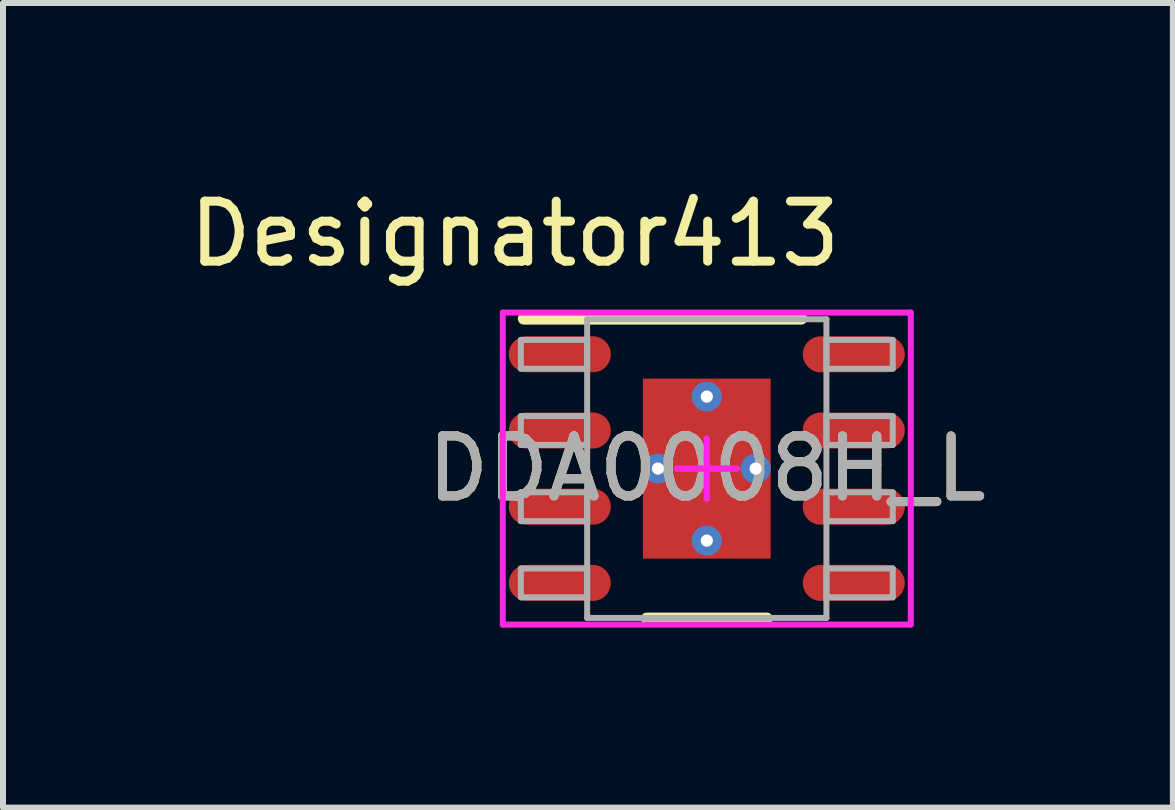
<source format=kicad_pcb>
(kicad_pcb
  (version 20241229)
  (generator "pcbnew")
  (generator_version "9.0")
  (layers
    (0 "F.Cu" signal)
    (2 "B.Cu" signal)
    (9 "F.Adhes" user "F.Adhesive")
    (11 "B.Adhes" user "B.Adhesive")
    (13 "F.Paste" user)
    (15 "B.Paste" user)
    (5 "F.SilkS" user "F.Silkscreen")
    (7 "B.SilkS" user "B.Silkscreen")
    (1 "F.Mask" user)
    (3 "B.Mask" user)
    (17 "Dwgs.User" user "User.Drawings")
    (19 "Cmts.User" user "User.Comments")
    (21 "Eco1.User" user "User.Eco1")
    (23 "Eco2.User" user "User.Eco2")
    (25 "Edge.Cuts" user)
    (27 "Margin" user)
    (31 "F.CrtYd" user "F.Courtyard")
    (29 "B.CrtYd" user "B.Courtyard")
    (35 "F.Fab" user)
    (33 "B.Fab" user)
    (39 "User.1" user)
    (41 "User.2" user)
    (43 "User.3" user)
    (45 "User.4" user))
  (footprint "DDA0008H_L"
    (layer "F.Cu")
    (at 8.73 4.76)
    (property "Reference" "DDA0008H_L" (at 0 0 0) (unlocked yes) (layer "F.SilkS") (effects (font (size 1 1) (thickness 0.15))))
    (attr smd)
    (fp_line (start -3.05 -2.5) (end 1.575 -2.5) (stroke (width 0.2) (type solid)) (layer "F.SilkS"))
    (fp_line (start -1 2.5) (end 1 2.5) (stroke (width 0.2) (type solid)) (layer "F.SilkS"))
    (fp_line (start -3.4 -2.6) (end 3.4 -2.6) (stroke (width 0.1) (type solid)) (layer "F.CrtYd"))
    (fp_line (start -3.4 2.6) (end -3.4 -2.6) (stroke (width 0.1) (type solid)) (layer "F.CrtYd"))
    (fp_line (start -3.4 2.6) (end 3.4 2.6) (stroke (width 0.1) (type solid)) (layer "F.CrtYd"))
    (fp_line (start -0.5 0) (end 0.5 0) (stroke (width 0.1) (type solid)) (layer "F.CrtYd"))
    (fp_line (start -0.5 0) (end 0.5 0) (stroke (width 0.1) (type solid)) (layer "F.CrtYd"))
    (fp_line (start 0 0.5) (end 0 -0.5) (stroke (width 0.1) (type solid)) (layer "F.CrtYd"))
    (fp_line (start 0 0.5) (end 0 -0.5) (stroke (width 0.1) (type solid)) (layer "F.CrtYd"))
    (fp_line (start 3.4 2.6) (end 3.4 -2.6) (stroke (width 0.1) (type solid)) (layer "F.CrtYd"))
    (fp_line (start -3.099 -2.146) (end -1.994 -2.146) (stroke (width 0.1) (type solid)) (layer "F.Fab"))
    (fp_line (start -3.099 -1.664) (end -3.099 -2.146) (stroke (width 0.1) (type solid)) (layer "F.Fab"))
    (fp_line (start -3.099 -1.664) (end -1.994 -1.664) (stroke (width 0.1) (type solid)) (layer "F.Fab"))
    (fp_line (start -3.099 -0.876) (end -1.994 -0.876) (stroke (width 0.1) (type solid)) (layer "F.Fab"))
    (fp_line (start -3.099 -0.394) (end -3.099 -0.876) (stroke (width 0.1) (type solid)) (layer "F.Fab"))
    (fp_line (start -3.099 -0.394) (end -1.994 -0.394) (stroke (width 0.1) (type solid)) (layer "F.Fab"))
    (fp_line (start -3.099 0.394) (end -1.994 0.394) (stroke (width 0.1) (type solid)) (layer "F.Fab"))
    (fp_line (start -3.099 0.876) (end -3.099 0.394) (stroke (width 0.1) (type solid)) (layer "F.Fab"))
    (fp_line (start -3.099 0.876) (end -1.994 0.876) (stroke (width 0.1) (type solid)) (layer "F.Fab"))
    (fp_line (start -3.099 1.664) (end -1.994 1.664) (stroke (width 0.1) (type solid)) (layer "F.Fab"))
    (fp_line (start -3.099 2.146) (end -3.099 1.664) (stroke (width 0.1) (type solid)) (layer "F.Fab"))
    (fp_line (start -3.099 2.146) (end -1.994 2.146) (stroke (width 0.1) (type solid)) (layer "F.Fab"))
    (fp_line (start -1.994 -2.489) (end 1.994 -2.489) (stroke (width 0.1) (type solid)) (layer "F.Fab"))
    (fp_line (start -1.994 -1.664) (end -1.994 -2.146) (stroke (width 0.1) (type solid)) (layer "F.Fab"))
    (fp_line (start -1.994 -0.394) (end -1.994 -0.876) (stroke (width 0.1) (type solid)) (layer "F.Fab"))
    (fp_line (start -1.994 0.876) (end -1.994 0.394) (stroke (width 0.1) (type solid)) (layer "F.Fab"))
    (fp_line (start -1.994 2.146) (end -1.994 1.664) (stroke (width 0.1) (type solid)) (layer "F.Fab"))
    (fp_line (start -1.994 2.489) (end -1.994 -2.489) (stroke (width 0.1) (type solid)) (layer "F.Fab"))
    (fp_line (start -1.994 2.489) (end 1.994 2.489) (stroke (width 0.1) (type solid)) (layer "F.Fab"))
    (fp_line (start 1.994 -2.146) (end 3.099 -2.146) (stroke (width 0.1) (type solid)) (layer "F.Fab"))
    (fp_line (start 1.994 -1.664) (end 1.994 -2.146) (stroke (width 0.1) (type solid)) (layer "F.Fab"))
    (fp_line (start 1.994 -1.664) (end 3.099 -1.664) (stroke (width 0.1) (type solid)) (layer "F.Fab"))
    (fp_line (start 1.994 -0.876) (end 3.099 -0.876) (stroke (width 0.1) (type solid)) (layer "F.Fab"))
    (fp_line (start 1.994 -0.394) (end 1.994 -0.876) (stroke (width 0.1) (type solid)) (layer "F.Fab"))
    (fp_line (start 1.994 -0.394) (end 3.099 -0.394) (stroke (width 0.1) (type solid)) (layer "F.Fab"))
    (fp_line (start 1.994 0.394) (end 3.099 0.394) (stroke (width 0.1) (type solid)) (layer "F.Fab"))
    (fp_line (start 1.994 0.876) (end 1.994 0.394) (stroke (width 0.1) (type solid)) (layer "F.Fab"))
    (fp_line (start 1.994 0.876) (end 3.099 0.876) (stroke (width 0.1) (type solid)) (layer "F.Fab"))
    (fp_line (start 1.994 1.664) (end 3.099 1.664) (stroke (width 0.1) (type solid)) (layer "F.Fab"))
    (fp_line (start 1.994 2.146) (end 1.994 1.664) (stroke (width 0.1) (type solid)) (layer "F.Fab"))
    (fp_line (start 1.994 2.146) (end 3.099 2.146) (stroke (width 0.1) (type solid)) (layer "F.Fab"))
    (fp_line (start 1.994 2.489) (end 1.994 -2.489) (stroke (width 0.1) (type solid)) (layer "F.Fab"))
    (fp_line (start 3.099 -1.664) (end 3.099 -2.146) (stroke (width 0.1) (type solid)) (layer "F.Fab"))
    (fp_line (start 3.099 -0.394) (end 3.099 -0.876) (stroke (width 0.1) (type solid)) (layer "F.Fab"))
    (fp_line (start 3.099 0.876) (end 3.099 0.394) (stroke (width 0.1) (type solid)) (layer "F.Fab"))
    (fp_line (start 3.099 2.146) (end 3.099 1.664) (stroke (width 0.1) (type solid)) (layer "F.Fab"))
    (fp_text user "Designator413" (at -3.2 -3.912 0) (unlocked yes) (layer "F.SilkS") (effects (font (size 1 1) (thickness 0.15))))
    (fp_text user "${REFERENCE}" (at 0 0 0) (unlocked yes) (layer "F.Fab") (effects (font (size 1 1) (thickness 0.15))))
    (pad "1" smd oval (at -2.45 -1.905 90) (size 0.6 1.7) (layers "F.Cu" "F.Mask" "F.Paste"))
    (pad "2" smd oval (at -2.45 -0.635 90) (size 0.6 1.7) (layers "F.Cu" "F.Mask" "F.Paste"))
    (pad "3" smd oval (at -2.45 0.635 90) (size 0.6 1.7) (layers "F.Cu" "F.Mask" "F.Paste"))
    (pad "4" smd oval (at -2.45 1.905 90) (size 0.6 1.7) (layers "F.Cu" "F.Mask" "F.Paste"))
    (pad "5" smd oval (at 2.45 1.905 90) (size 0.6 1.7) (layers "F.Cu" "F.Mask" "F.Paste"))
    (pad "6" smd oval (at 2.45 0.635 90) (size 0.6 1.7) (layers "F.Cu" "F.Mask" "F.Paste"))
    (pad "7" smd oval (at 2.45 -0.635 90) (size 0.6 1.7) (layers "F.Cu" "F.Mask" "F.Paste"))
    (pad "8" smd oval (at 2.45 -1.905 90) (size 0.6 1.7) (layers "F.Cu" "F.Mask" "F.Paste"))
    (pad "9" smd rect (at 0 0) (size 2.13 3) (layers "F.Cu" "F.Mask" "F.Paste"))
    (pad "V" thru_hole circle (at -0.815 0) (size 0.5 0.5) (drill 0.203) (layers "*.Cu" "*.Mask"))
    (pad "V" thru_hole circle (at 0 -1.2) (size 0.5 0.5) (drill 0.203) (layers "*.Cu" "*.Mask"))
    (pad "V" thru_hole circle (at 0 1.2) (size 0.5 0.5) (drill 0.203) (layers "*.Cu" "*.Mask"))
    (pad "V" thru_hole circle (at 0.815 0) (size 0.5 0.5) (drill 0.203) (layers "*.Cu" "*.Mask")))
  (gr_rect
    (start -3 -3)
    (end 16.498 10.41)
    (stroke (width 0.1) (type default))
    (fill no)
    (layer "Edge.Cuts")))
</source>
